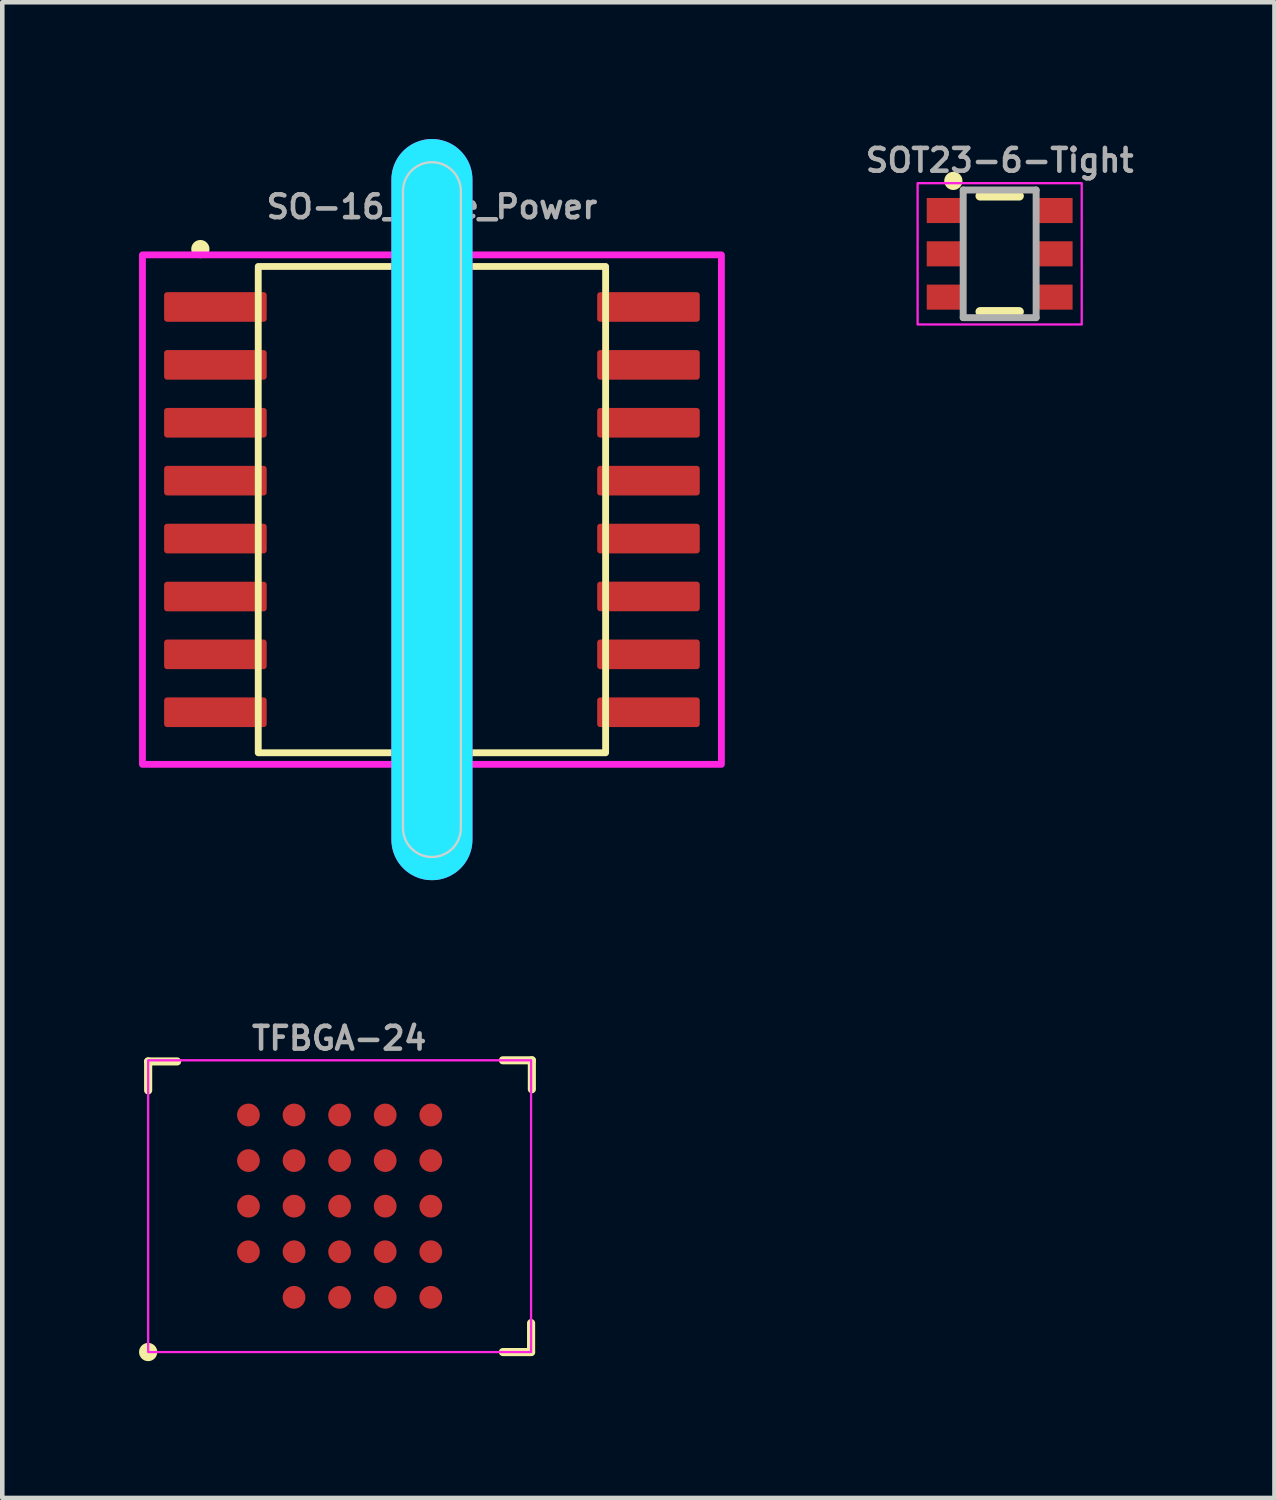
<source format=kicad_pcb>
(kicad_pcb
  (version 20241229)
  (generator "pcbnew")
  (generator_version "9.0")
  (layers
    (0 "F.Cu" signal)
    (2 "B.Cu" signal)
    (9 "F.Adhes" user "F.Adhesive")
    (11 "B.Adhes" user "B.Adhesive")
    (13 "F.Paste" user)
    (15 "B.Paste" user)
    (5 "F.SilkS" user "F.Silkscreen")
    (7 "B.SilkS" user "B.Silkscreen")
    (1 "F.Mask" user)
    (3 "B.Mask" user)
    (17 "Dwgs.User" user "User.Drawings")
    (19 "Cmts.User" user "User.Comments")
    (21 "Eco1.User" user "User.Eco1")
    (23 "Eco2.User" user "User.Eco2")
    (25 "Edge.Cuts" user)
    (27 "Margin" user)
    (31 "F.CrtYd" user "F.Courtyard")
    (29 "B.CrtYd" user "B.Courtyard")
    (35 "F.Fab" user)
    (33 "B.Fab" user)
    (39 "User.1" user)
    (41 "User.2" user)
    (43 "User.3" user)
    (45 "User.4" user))
  (footprint "TFBGA-24"
    (layer "F.Cu")
    (at 4.391 23.409)
    (property "Reference" "TFBGA-24" (at 0 -3.683 0) (layer "F.Fab") (effects (font (size 0.5 0.5) (thickness 0.1))))
    (attr smd)
    (fp_line (start -4.191 -3.175) (end -4.191 -2.54) (stroke (width 0.178) (type default)) (layer "F.SilkS"))
    (fp_line (start -3.556 -3.175) (end -4.191 -3.175) (stroke (width 0.178) (type default)) (layer "F.SilkS"))
    (fp_line (start 3.591 3.2) (end 4.209 3.2) (stroke (width 0.178) (type default)) (layer "F.SilkS"))
    (fp_line (start 4.209 3.2) (end 4.209 2.565) (stroke (width 0.178) (type default)) (layer "F.SilkS"))
    (fp_line (start 4.226 -3.2) (end 3.591 -3.2) (stroke (width 0.178) (type default)) (layer "F.SilkS"))
    (fp_line (start 4.226 -2.565) (end 4.226 -3.2) (stroke (width 0.178) (type default)) (layer "F.SilkS"))
    (fp_circle (center -4.191 3.2) (end -4.291 3.2) (stroke (width 0.2) (type solid)) (fill yes) (layer "F.SilkS"))
    (fp_rect (start -4.191 -3.2) (end 4.209 3.2) (stroke (width 0.05) (type default)) (fill no) (layer "F.CrtYd"))
    (fp_rect (start -3.991 -3) (end 4.009 3) (stroke (width 0.1) (type default)) (fill no) (layer "User.1"))
    (pad "A2" smd circle (at -1.991 1) (size 0.5 0.5) (property pad_prop_bga) (layers "F.Cu" "F.Mask" "F.Paste"))
    (pad "A3" smd circle (at -1.991 0) (size 0.5 0.5) (property pad_prop_bga) (layers "F.Cu" "F.Mask" "F.Paste"))
    (pad "A4" smd circle (at -1.991 -1) (size 0.5 0.5) (property pad_prop_bga) (layers "F.Cu" "F.Mask" "F.Paste"))
    (pad "A5" smd circle (at -1.991 -2) (size 0.5 0.5) (property pad_prop_bga) (layers "F.Cu" "F.Mask" "F.Paste"))
    (pad "B1" smd circle (at -0.991 2) (size 0.5 0.5) (property pad_prop_bga) (layers "F.Cu" "F.Mask" "F.Paste"))
    (pad "B2" smd circle (at -0.991 1) (size 0.5 0.5) (property pad_prop_bga) (layers "F.Cu" "F.Mask" "F.Paste"))
    (pad "B3" smd circle (at -0.991 0) (size 0.5 0.5) (property pad_prop_bga) (layers "F.Cu" "F.Mask" "F.Paste"))
    (pad "B4" smd circle (at -0.991 -1) (size 0.5 0.5) (property pad_prop_bga) (layers "F.Cu" "F.Mask" "F.Paste"))
    (pad "B5" smd circle (at -0.991 -2) (size 0.5 0.5) (property pad_prop_bga) (layers "F.Cu" "F.Mask" "F.Paste"))
    (pad "C1" smd circle (at 0.009 2) (size 0.5 0.5) (property pad_prop_bga) (layers "F.Cu" "F.Mask" "F.Paste"))
    (pad "C2" smd circle (at 0.009 1) (size 0.5 0.5) (property pad_prop_bga) (layers "F.Cu" "F.Mask" "F.Paste"))
    (pad "C3" smd circle (at 0.009 0) (size 0.5 0.5) (property pad_prop_bga) (layers "F.Cu" "F.Mask" "F.Paste"))
    (pad "C4" smd circle (at 0.009 -1) (size 0.5 0.5) (property pad_prop_bga) (layers "F.Cu" "F.Mask" "F.Paste"))
    (pad "C5" smd circle (at 0.009 -2) (size 0.5 0.5) (property pad_prop_bga) (layers "F.Cu" "F.Mask" "F.Paste"))
    (pad "D1" smd circle (at 1.009 2) (size 0.5 0.5) (property pad_prop_bga) (layers "F.Cu" "F.Mask" "F.Paste"))
    (pad "D2" smd circle (at 1.009 1) (size 0.5 0.5) (property pad_prop_bga) (layers "F.Cu" "F.Mask" "F.Paste"))
    (pad "D3" smd circle (at 1.009 0) (size 0.5 0.5) (property pad_prop_bga) (layers "F.Cu" "F.Mask" "F.Paste"))
    (pad "D4" smd circle (at 1.009 -1) (size 0.5 0.5) (property pad_prop_bga) (layers "F.Cu" "F.Mask" "F.Paste"))
    (pad "D5" smd circle (at 1.009 -2) (size 0.5 0.5) (property pad_prop_bga) (layers "F.Cu" "F.Mask" "F.Paste"))
    (pad "E1" smd circle (at 2.009 2) (size 0.5 0.5) (property pad_prop_bga) (layers "F.Cu" "F.Mask" "F.Paste"))
    (pad "E2" smd circle (at 2.009 1) (size 0.5 0.5) (property pad_prop_bga) (layers "F.Cu" "F.Mask" "F.Paste"))
    (pad "E3" smd circle (at 2.009 0) (size 0.5 0.5) (property pad_prop_bga) (layers "F.Cu" "F.Mask" "F.Paste"))
    (pad "E4" smd circle (at 2.009 -1) (size 0.5 0.5) (property pad_prop_bga) (layers "F.Cu" "F.Mask" "F.Paste"))
    (pad "E5" smd circle (at 2.009 -2) (size 0.5 0.5) (property pad_prop_bga) (layers "F.Cu" "F.Mask" "F.Paste")))
  (footprint "SOT23-6-Tight"
    (layer "F.Cu")
    (at 18.879 2.518)
    (property "Reference" "SOT23-6-Tight" (at 0 -2.05 0) (layer "F.Fab") (effects (font (size 0.5 0.5) (thickness 0.1) (bold yes))))
    (attr smd)
    (fp_line (start -0.429 -1.27) (end 0.429 -1.27) (stroke (width 0.203) (type solid)) (layer "F.SilkS"))
    (fp_line (start 0.429 1.27) (end -0.429 1.27) (stroke (width 0.203) (type solid)) (layer "F.SilkS"))
    (fp_circle (center -1.016 -1.6) (end -1.016 -1.5) (stroke (width 0.2) (type solid)) (fill yes) (layer "F.SilkS"))
    (fp_rect (start 1.8 -1.55) (end -1.8 1.55) (stroke (width 0.05) (type default)) (fill no) (layer "F.CrtYd"))
    (fp_line (start -0.8 1.4) (end -0.8 -1.4) (stroke (width 0.152) (type solid)) (layer "F.Fab"))
    (fp_line (start 0.8 -1.4) (end -0.8 -1.4) (stroke (width 0.152) (type solid)) (layer "F.Fab"))
    (fp_line (start 0.8 -1.4) (end 0.8 1.4) (stroke (width 0.152) (type solid)) (layer "F.Fab"))
    (fp_line (start 0.8 1.4) (end -0.8 1.4) (stroke (width 0.152) (type solid)) (layer "F.Fab"))
    (pad "1" smd rect (at -1.2 -0.95 270) (size 0.55 0.8) (layers "F.Cu" "F.Mask" "F.Paste"))
    (pad "2" smd rect (at -1.2 0 270) (size 0.55 0.8) (layers "F.Cu" "F.Mask" "F.Paste"))
    (pad "3" smd rect (at -1.2 0.95 270) (size 0.55 0.8) (layers "F.Cu" "F.Mask" "F.Paste"))
    (pad "4" smd rect (at 1.2 0.95 270) (size 0.55 0.8) (layers "F.Cu" "F.Mask" "F.Paste"))
    (pad "5" smd rect (at 1.2 0 90) (size 0.55 0.8) (layers "F.Cu" "F.Mask" "F.Paste"))
    (pad "6" smd rect (at 1.2 -0.95 270) (size 0.55 0.8) (layers "F.Cu" "F.Mask" "F.Paste")))
  (footprint "SO-16_Wide_Power"
    (layer "F.Cu")
    (at 6.425 8.129)
    (property "Reference" "SO-16_Wide_Power" (at 0 -6.35 0) (layer "F.Fab") (effects (font (size 0.5 0.5) (thickness 0.1)) (justify bottom)))
    (attr smd)
    (fp_line (start 0 -7.24) (end 0 7.24) (stroke (width 1.778) (type default)) (layer "F.Mask"))
    (fp_line (start 0 -7.24) (end 0 7.24) (stroke (width 1.778) (type default)) (layer "B.Mask"))
    (fp_rect (start -3.81 -5.334) (end 3.81 5.334) (stroke (width 0.15) (type default)) (fill no) (layer "F.SilkS"))
    (fp_circle (center -5.08 -5.715) (end -5.08 -5.615) (stroke (width 0.2) (type solid)) (fill yes) (layer "F.SilkS"))
    (fp_line (start -0.635 6.985) (end -0.635 -6.985) (stroke (width 0.05) (type default)) (layer "Edge.Cuts"))
    (fp_line (start 0.635 -6.985) (end 0.635 6.985) (stroke (width 0.05) (type default)) (layer "Edge.Cuts"))
    (fp_arc (start -0.635 -6.985) (mid 0 -7.62) (end 0.635 -6.985) (stroke (width 0.05) (type default)) (layer "Edge.Cuts"))
    (fp_arc (start 0.635 6.985) (mid 0 7.62) (end -0.635 6.985) (stroke (width 0.05) (type default)) (layer "Edge.Cuts"))
    (fp_line (start 0 -7.24) (end 0 7.24) (stroke (width 1.778) (type default)) (layer "B.CrtYd"))
    (fp_line (start 0 -7.24) (end 0 7.24) (stroke (width 1.778) (type default)) (layer "F.CrtYd"))
    (fp_rect (start -6.35 -5.588) (end 6.35 5.588) (stroke (width 0.15) (type default)) (fill no) (layer "F.CrtYd"))
    (fp_rect (start -3.75 -5.105) (end 3.75 5.105) (stroke (width 0.15) (type default)) (fill no) (layer "User.1"))
    (pad "1" smd roundrect (at -4.75 -4.445 270) (size 0.65 2.25) (layers "F.Cu" "F.Mask" "F.Paste") (roundrect_rratio 0.1))
    (pad "2" smd roundrect (at -4.75 -3.175 270) (size 0.65 2.25) (layers "F.Cu" "F.Mask" "F.Paste") (roundrect_rratio 0.1))
    (pad "3" smd roundrect (at -4.75 -1.905 270) (size 0.65 2.25) (layers "F.Cu" "F.Mask" "F.Paste") (roundrect_rratio 0.1))
    (pad "4" smd roundrect (at -4.75 -0.635 270) (size 0.65 2.25) (layers "F.Cu" "F.Mask" "F.Paste") (roundrect_rratio 0.1))
    (pad "5" smd roundrect (at -4.75 0.635 270) (size 0.65 2.25) (layers "F.Cu" "F.Mask" "F.Paste") (roundrect_rratio 0.1))
    (pad "6" smd roundrect (at -4.75 1.907 270) (size 0.65 2.25) (layers "F.Cu" "F.Mask" "F.Paste") (roundrect_rratio 0.1))
    (pad "7" smd roundrect (at -4.75 3.175 270) (size 0.65 2.25) (layers "F.Cu" "F.Mask" "F.Paste") (roundrect_rratio 0.1))
    (pad "8" smd roundrect (at -4.75 4.445 270) (size 0.65 2.25) (layers "F.Cu" "F.Mask" "F.Paste") (roundrect_rratio 0.1))
    (pad "9" smd roundrect (at 4.75 4.445 270) (size 0.65 2.25) (layers "F.Cu" "F.Mask" "F.Paste") (roundrect_rratio 0.1))
    (pad "10" smd roundrect (at 4.75 3.175 270) (size 0.65 2.25) (layers "F.Cu" "F.Mask" "F.Paste") (roundrect_rratio 0.1))
    (pad "11" smd roundrect (at 4.75 1.905 270) (size 0.65 2.25) (layers "F.Cu" "F.Mask" "F.Paste") (roundrect_rratio 0.1))
    (pad "12" smd roundrect (at 4.75 0.635 270) (size 0.65 2.25) (layers "F.Cu" "F.Mask" "F.Paste") (roundrect_rratio 0.1))
    (pad "13" smd roundrect (at 4.75 -0.635 270) (size 0.65 2.25) (layers "F.Cu" "F.Mask" "F.Paste") (roundrect_rratio 0.1))
    (pad "14" smd roundrect (at 4.75 -1.905 270) (size 0.65 2.25) (layers "F.Cu" "F.Mask" "F.Paste") (roundrect_rratio 0.1))
    (pad "15" smd roundrect (at 4.75 -3.175 270) (size 0.65 2.25) (layers "F.Cu" "F.Mask" "F.Paste") (roundrect_rratio 0.1))
    (pad "16" smd roundrect (at 4.75 -4.445 270) (size 0.65 2.25) (layers "F.Cu" "F.Mask" "F.Paste") (roundrect_rratio 0.1)))
  (gr_rect
    (start -3 -3)
    (end 24.907 29.809)
    (stroke (width 0.1) (type default))
    (fill no)
    (layer "Edge.Cuts")))
</source>
